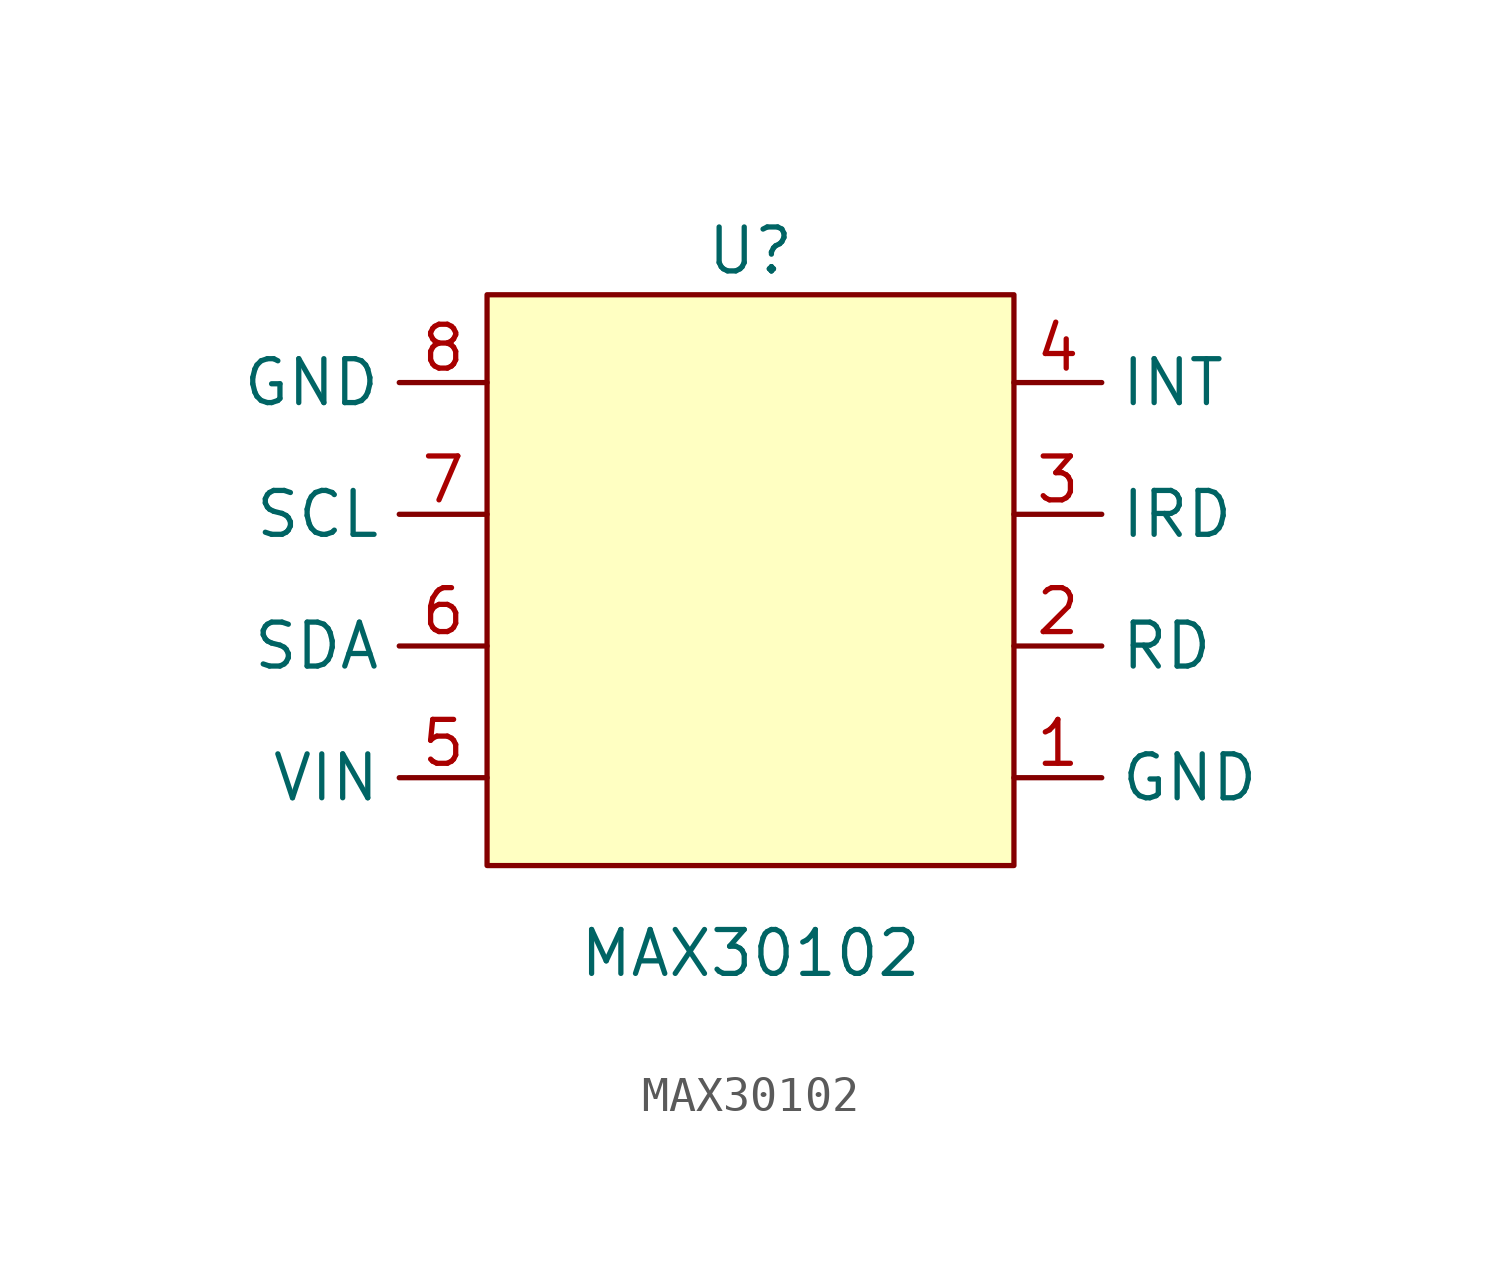
<source format=kicad_sym>
(kicad_symbol_lib
  (version 20211014)
  (generator kicad_symbol_editor)
  (symbol "MAX30102"
    (property "Reference" "U"
      (at 0 0 0)
      (effects (font (size 1.27 1.27))))
    (property "Value" "MAX30102"
      (at 0 -20.32 0)
      (effects (font (size 1.27 1.27))))
    (symbol "MAX30102_0_1"
      (rectangle (start -7.62 -1.27) (end 7.62 -17.78) (stroke (width 0) (type default) (color 0 0 0 0)) (fill (type background))))
    (symbol "MAX30102_1_1"
      (pin passive line (at 7.62 -15.24 0) (length 2.54) (name "GND" (effects (font (size 1.27 1.27)))) (number "1" (effects (font (size 1.27 1.27)))))
      (pin passive line (at 7.62 -11.43 0) (length 2.54) (name "RD" (effects (font (size 1.27 1.27)))) (number "2" (effects (font (size 1.27 1.27)))))
      (pin passive line (at 7.62 -7.62 0) (length 2.54) (name "IRD" (effects (font (size 1.27 1.27)))) (number "3" (effects (font (size 1.27 1.27)))))
      (pin passive line (at 7.62 -3.81 0) (length 2.54) (name "INT" (effects (font (size 1.27 1.27)))) (number "4" (effects (font (size 1.27 1.27)))))
      (pin passive line (at -7.62 -15.24 180) (length 2.54) (name "VIN" (effects (font (size 1.27 1.27)))) (number "5" (effects (font (size 1.27 1.27)))))
      (pin passive line (at -7.62 -11.43 180) (length 2.54) (name "SDA" (effects (font (size 1.27 1.27)))) (number "6" (effects (font (size 1.27 1.27)))))
      (pin passive line (at -7.62 -7.62 180) (length 2.54) (name "SCL" (effects (font (size 1.27 1.27)))) (number "7" (effects (font (size 1.27 1.27)))))
      (pin passive line (at -7.62 -3.81 180) (length 2.54) (name "GND" (effects (font (size 1.27 1.27)))) (number "8" (effects (font (size 1.27 1.27))))))))
</source>
